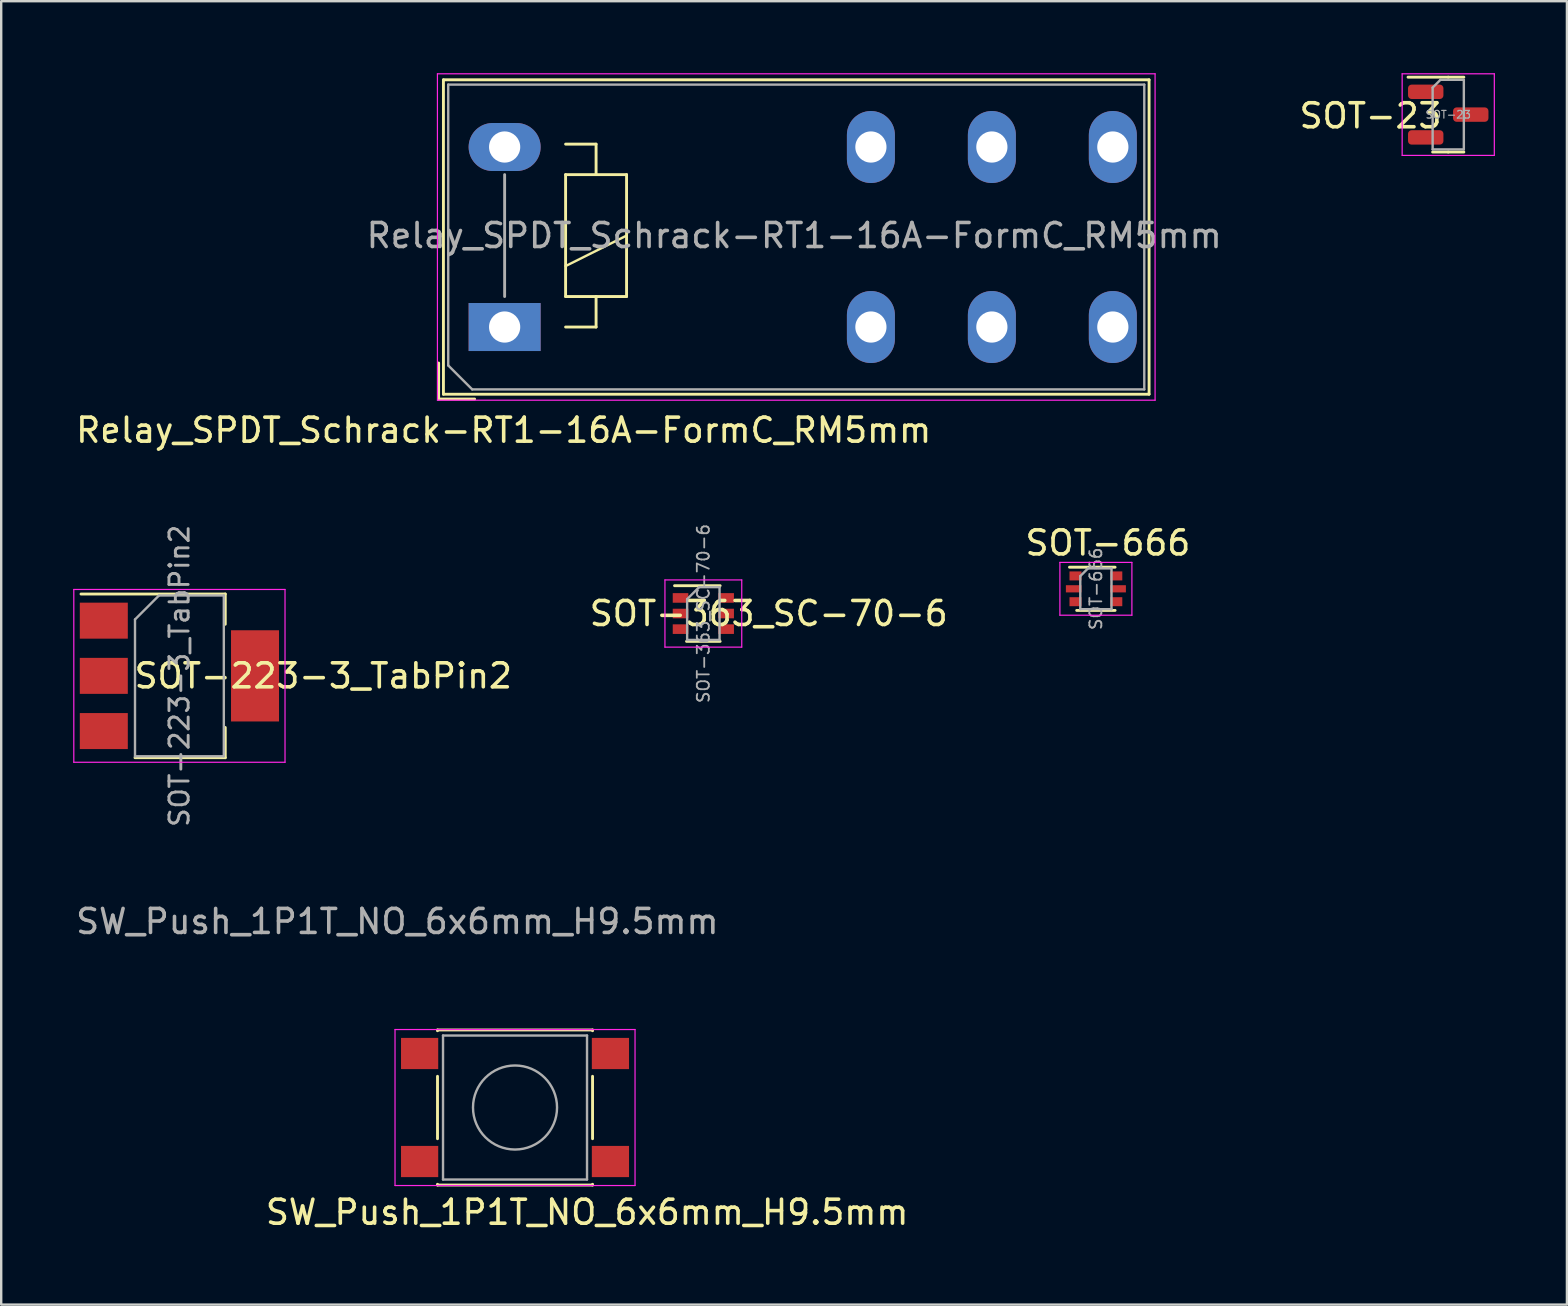
<source format=kicad_pcb>
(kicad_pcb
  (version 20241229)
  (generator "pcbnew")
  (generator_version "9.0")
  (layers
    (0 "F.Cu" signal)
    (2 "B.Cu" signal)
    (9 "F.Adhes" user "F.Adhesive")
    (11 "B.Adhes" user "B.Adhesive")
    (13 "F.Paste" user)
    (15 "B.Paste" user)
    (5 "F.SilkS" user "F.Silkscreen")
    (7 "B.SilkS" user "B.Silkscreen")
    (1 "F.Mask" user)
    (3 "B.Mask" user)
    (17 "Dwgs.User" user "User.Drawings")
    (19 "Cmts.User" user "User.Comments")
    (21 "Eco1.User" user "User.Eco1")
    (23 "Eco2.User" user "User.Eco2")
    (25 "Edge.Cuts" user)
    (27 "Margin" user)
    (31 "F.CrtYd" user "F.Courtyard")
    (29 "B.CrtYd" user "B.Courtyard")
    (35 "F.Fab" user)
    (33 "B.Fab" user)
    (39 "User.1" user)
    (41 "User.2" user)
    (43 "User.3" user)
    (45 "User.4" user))
  (footprint "Relay_SPDT_Schrack-RT1-16A-FormC_RM5mm"
    (layer "F.Cu")
    (at 17.975 10.575)
    (property "Reference" "Relay_SPDT_Schrack-RT1-16A-FormC_RM5mm" (at -0.04 4.3 180) (layer "F.SilkS") (effects (font (size 1 1) (thickness 0.15))))
    (attr through_hole)
    (fp_line (start -2.75 1.5) (end -2.75 3) (stroke (width 0.12) (type solid)) (layer "F.SilkS"))
    (fp_line (start -2.75 3) (end -1.25 3) (stroke (width 0.12) (type solid)) (layer "F.SilkS"))
    (fp_line (start -2.55 -10.3) (end -2.55 2.8) (stroke (width 0.12) (type solid)) (layer "F.SilkS"))
    (fp_line (start -2.55 2.8) (end 26.85 2.8) (stroke (width 0.12) (type solid)) (layer "F.SilkS"))
    (fp_line (start 2.54 -6.35) (end 2.54 -1.27) (stroke (width 0.12) (type solid)) (layer "F.SilkS"))
    (fp_line (start 2.54 -2.54) (end 5.08 -3.81) (stroke (width 0.1) (type solid)) (layer "F.SilkS"))
    (fp_line (start 2.54 -1.27) (end 3.81 -1.27) (stroke (width 0.12) (type solid)) (layer "F.SilkS"))
    (fp_line (start 2.54 0) (end 3.81 0) (stroke (width 0.12) (type solid)) (layer "F.SilkS"))
    (fp_line (start 3.81 -7.62) (end 2.54 -7.62) (stroke (width 0.12) (type solid)) (layer "F.SilkS"))
    (fp_line (start 3.81 -6.35) (end 3.81 -7.62) (stroke (width 0.12) (type solid)) (layer "F.SilkS"))
    (fp_line (start 3.81 -1.27) (end 5.08 -1.27) (stroke (width 0.12) (type solid)) (layer "F.SilkS"))
    (fp_line (start 3.81 0) (end 3.81 -1.27) (stroke (width 0.12) (type solid)) (layer "F.SilkS"))
    (fp_line (start 5.08 -6.35) (end 2.54 -6.35) (stroke (width 0.12) (type solid)) (layer "F.SilkS"))
    (fp_line (start 5.08 -1.27) (end 5.08 -6.35) (stroke (width 0.12) (type solid)) (layer "F.SilkS"))
    (fp_line (start 26.85 -10.3) (end -2.55 -10.3) (stroke (width 0.12) (type solid)) (layer "F.SilkS"))
    (fp_line (start 26.85 2.8) (end 26.85 -10.3) (stroke (width 0.12) (type solid)) (layer "F.SilkS"))
    (fp_line (start -2.8 -10.55) (end -2.8 3.05) (stroke (width 0.05) (type solid)) (layer "F.CrtYd"))
    (fp_line (start -2.8 3.05) (end 27.1 3.05) (stroke (width 0.05) (type solid)) (layer "F.CrtYd"))
    (fp_line (start 27.1 -10.55) (end -2.8 -10.55) (stroke (width 0.05) (type solid)) (layer "F.CrtYd"))
    (fp_line (start 27.1 3.05) (end 27.1 -10.55) (stroke (width 0.05) (type solid)) (layer "F.CrtYd"))
    (fp_line (start -2.35 -10.1) (end -2.35 1.6) (stroke (width 0.1) (type solid)) (layer "F.Fab"))
    (fp_line (start -2.35 1.6) (end -1.35 2.6) (stroke (width 0.1) (type solid)) (layer "F.Fab"))
    (fp_line (start -1.35 2.6) (end 26.65 2.6) (stroke (width 0.1) (type solid)) (layer "F.Fab"))
    (fp_line (start 0 -1.27) (end 0 -6.35) (stroke (width 0.12) (type solid)) (layer "F.Fab"))
    (fp_line (start 26.65 -10.1) (end -2.35 -10.1) (stroke (width 0.1) (type solid)) (layer "F.Fab"))
    (fp_line (start 26.65 2.6) (end 26.65 -10.1) (stroke (width 0.1) (type solid)) (layer "F.Fab"))
    (fp_text user "${REFERENCE}" (at 12.065 -3.81 180) (layer "F.Fab") (effects (font (size 1 1) (thickness 0.15))))
    (pad "11" thru_hole oval (at 20.3 -7.5 180) (size 2 3) (drill 1.3) (layers "*.Cu" "*.Mask"))
    (pad "11" thru_hole oval (at 20.3 0 180) (size 2 3) (drill 1.3) (layers "*.Cu" "*.Mask"))
    (pad "12" thru_hole oval (at 15.26 -7.5 180) (size 2 3) (drill 1.3) (layers "*.Cu" "*.Mask"))
    (pad "12" thru_hole oval (at 15.26 0 180) (size 2 3) (drill 1.3) (layers "*.Cu" "*.Mask"))
    (pad "14" thru_hole oval (at 25.34 -7.5 180) (size 2 3) (drill 1.3) (layers "*.Cu" "*.Mask"))
    (pad "14" thru_hole oval (at 25.34 0 180) (size 2 3) (drill 1.3) (layers "*.Cu" "*.Mask"))
    (pad "A1" thru_hole rect (at 0 0 180) (size 3 2) (drill 1.3) (layers "*.Cu" "*.Mask"))
    (pad "A2" thru_hole oval (at 0 -7.5 180) (size 3 2) (drill 1.3) (layers "*.Cu" "*.Mask")))
  (footprint "SW_Push_1P1T_NO_6x6mm_H9.5mm"
    (layer "F.Cu")
    (at 18.408 43.093)
    (property "Reference" "SW_Push_1P1T_NO_6x6mm_H9.5mm" (at 3.006 4.364 180) (layer "F.SilkS") (effects (font (size 1 1) (thickness 0.15))))
    (attr smd)
    (fp_line (start -3.23 -3.23) (end 3.23 -3.23) (stroke (width 0.12) (type solid)) (layer "F.SilkS"))
    (fp_line (start -3.23 -3.2) (end -3.23 -3.23) (stroke (width 0.12) (type solid)) (layer "F.SilkS"))
    (fp_line (start -3.23 -1.3) (end -3.23 1.3) (stroke (width 0.12) (type solid)) (layer "F.SilkS"))
    (fp_line (start -3.23 3.23) (end -3.23 3.2) (stroke (width 0.12) (type solid)) (layer "F.SilkS"))
    (fp_line (start -3.23 3.23) (end 3.23 3.23) (stroke (width 0.12) (type solid)) (layer "F.SilkS"))
    (fp_line (start 3.23 -3.23) (end 3.23 -3.2) (stroke (width 0.12) (type solid)) (layer "F.SilkS"))
    (fp_line (start 3.23 -1.3) (end 3.23 1.3) (stroke (width 0.12) (type solid)) (layer "F.SilkS"))
    (fp_line (start 3.23 3.23) (end 3.23 3.2) (stroke (width 0.12) (type solid)) (layer "F.SilkS"))
    (fp_line (start -5 -3.25) (end -5 3.25) (stroke (width 0.05) (type solid)) (layer "F.CrtYd"))
    (fp_line (start -5 -3.25) (end 5 -3.25) (stroke (width 0.05) (type solid)) (layer "F.CrtYd"))
    (fp_line (start -5 3.25) (end 5 3.25) (stroke (width 0.05) (type solid)) (layer "F.CrtYd"))
    (fp_line (start 5 3.25) (end 5 -3.25) (stroke (width 0.05) (type solid)) (layer "F.CrtYd"))
    (fp_line (start -3 -3) (end -3 3) (stroke (width 0.1) (type solid)) (layer "F.Fab"))
    (fp_line (start -3 3) (end 3 3) (stroke (width 0.1) (type solid)) (layer "F.Fab"))
    (fp_line (start 3 -3) (end -3 -3) (stroke (width 0.1) (type solid)) (layer "F.Fab"))
    (fp_line (start 3 3) (end 3 -3) (stroke (width 0.1) (type solid)) (layer "F.Fab"))
    (fp_circle (center 0 0) (end 1.75 -0.05) (stroke (width 0.1) (type solid)) (fill no) (layer "F.Fab"))
    (fp_text user "${REFERENCE}" (at -4.902 -7.75 180) (layer "F.Fab") (effects (font (size 1 1) (thickness 0.15))))
    (pad "1" smd rect (at -3.975 -2.25) (size 1.55 1.3) (layers "F.Cu" "F.Mask" "F.Paste"))
    (pad "1" smd rect (at 3.975 -2.25) (size 1.55 1.3) (layers "F.Cu" "F.Mask" "F.Paste"))
    (pad "2" smd rect (at -3.975 2.25) (size 1.55 1.3) (layers "F.Cu" "F.Mask" "F.Paste"))
    (pad "2" smd rect (at 3.975 2.25) (size 1.55 1.3) (layers "F.Cu" "F.Mask" "F.Paste")))
  (footprint "SOT-363_SC-70-6"
    (layer "F.Cu")
    (at 26.254 22.512)
    (property "Reference" "SOT-363_SC-70-6" (at 2.725 0 0) (layer "F.SilkS") (effects (font (size 1 1) (thickness 0.15))))
    (attr smd)
    (fp_line (start -0.7 1.16) (end 0.7 1.16) (stroke (width 0.12) (type solid)) (layer "F.SilkS"))
    (fp_line (start 0.7 -1.16) (end -1.2 -1.16) (stroke (width 0.12) (type solid)) (layer "F.SilkS"))
    (fp_line (start -1.6 -1.4) (end -1.6 1.4) (stroke (width 0.05) (type solid)) (layer "F.CrtYd"))
    (fp_line (start -1.6 -1.4) (end 1.6 -1.4) (stroke (width 0.05) (type solid)) (layer "F.CrtYd"))
    (fp_line (start -1.6 1.4) (end 1.6 1.4) (stroke (width 0.05) (type solid)) (layer "F.CrtYd"))
    (fp_line (start 1.6 1.4) (end 1.6 -1.4) (stroke (width 0.05) (type solid)) (layer "F.CrtYd"))
    (fp_line (start -0.675 -0.6) (end -0.675 1.1) (stroke (width 0.1) (type solid)) (layer "F.Fab"))
    (fp_line (start -0.175 -1.1) (end -0.675 -0.6) (stroke (width 0.1) (type solid)) (layer "F.Fab"))
    (fp_line (start 0.675 -1.1) (end -0.175 -1.1) (stroke (width 0.1) (type solid)) (layer "F.Fab"))
    (fp_line (start 0.675 -1.1) (end 0.675 1.1) (stroke (width 0.1) (type solid)) (layer "F.Fab"))
    (fp_line (start 0.675 1.1) (end -0.675 1.1) (stroke (width 0.1) (type solid)) (layer "F.Fab"))
    (fp_text user "${REFERENCE}" (at 0 0 90) (layer "F.Fab") (effects (font (size 0.5 0.5) (thickness 0.075))))
    (pad "1" smd rect (at -0.95 -0.65) (size 0.65 0.4) (layers "F.Cu" "F.Mask" "F.Paste"))
    (pad "2" smd rect (at -0.95 0) (size 0.65 0.4) (layers "F.Cu" "F.Mask" "F.Paste"))
    (pad "3" smd rect (at -0.95 0.65) (size 0.65 0.4) (layers "F.Cu" "F.Mask" "F.Paste"))
    (pad "4" smd rect (at 0.95 0.65) (size 0.65 0.4) (layers "F.Cu" "F.Mask" "F.Paste"))
    (pad "5" smd rect (at 0.95 0) (size 0.65 0.4) (layers "F.Cu" "F.Mask" "F.Paste"))
    (pad "6" smd rect (at 0.95 -0.65) (size 0.65 0.4) (layers "F.Cu" "F.Mask" "F.Paste")))
  (footprint "SOT-23"
    (layer "F.Cu")
    (at 57.289 1.725)
    (property "Reference" "SOT-23" (at -3.237 0.05 180) (layer "F.SilkS") (effects (font (size 1 1) (thickness 0.15))))
    (attr smd)
    (fp_line (start 0 -1.56) (end -1.675 -1.56) (stroke (width 0.12) (type solid)) (layer "F.SilkS"))
    (fp_line (start 0 -1.56) (end 0.65 -1.56) (stroke (width 0.12) (type solid)) (layer "F.SilkS"))
    (fp_line (start 0 1.56) (end -0.65 1.56) (stroke (width 0.12) (type solid)) (layer "F.SilkS"))
    (fp_line (start 0 1.56) (end 0.65 1.56) (stroke (width 0.12) (type solid)) (layer "F.SilkS"))
    (fp_line (start -1.92 -1.7) (end -1.92 1.7) (stroke (width 0.05) (type solid)) (layer "F.CrtYd"))
    (fp_line (start -1.92 1.7) (end 1.92 1.7) (stroke (width 0.05) (type solid)) (layer "F.CrtYd"))
    (fp_line (start 1.92 -1.7) (end -1.92 -1.7) (stroke (width 0.05) (type solid)) (layer "F.CrtYd"))
    (fp_line (start 1.92 1.7) (end 1.92 -1.7) (stroke (width 0.05) (type solid)) (layer "F.CrtYd"))
    (fp_line (start -0.65 -1.125) (end -0.325 -1.45) (stroke (width 0.1) (type solid)) (layer "F.Fab"))
    (fp_line (start -0.65 1.45) (end -0.65 -1.125) (stroke (width 0.1) (type solid)) (layer "F.Fab"))
    (fp_line (start -0.325 -1.45) (end 0.65 -1.45) (stroke (width 0.1) (type solid)) (layer "F.Fab"))
    (fp_line (start 0.65 -1.45) (end 0.65 1.45) (stroke (width 0.1) (type solid)) (layer "F.Fab"))
    (fp_line (start 0.65 1.45) (end -0.65 1.45) (stroke (width 0.1) (type solid)) (layer "F.Fab"))
    (fp_text user "${REFERENCE}" (at 0 0 180) (layer "F.Fab") (effects (font (size 0.32 0.32) (thickness 0.05))))
    (pad "1" smd roundrect (at -0.938 -0.95) (size 1.475 0.6) (layers "F.Cu" "F.Mask" "F.Paste") (roundrect_rratio 0.25))
    (pad "2" smd roundrect (at -0.938 0.95) (size 1.475 0.6) (layers "F.Cu" "F.Mask" "F.Paste") (roundrect_rratio 0.25))
    (pad "3" smd roundrect (at 0.938 0) (size 1.475 0.6) (layers "F.Cu" "F.Mask" "F.Paste") (roundrect_rratio 0.25)))
  (footprint "SOT-666"
    (layer "F.Cu")
    (at 42.609 21.482)
    (property "Reference" "SOT-666" (at 0.5 -1.91 0) (layer "F.SilkS") (effects (font (size 1 1) (thickness 0.15))))
    (attr smd)
    (fp_line (start -0.8 0.9) (end 0.8 0.9) (stroke (width 0.12) (type solid)) (layer "F.SilkS"))
    (fp_line (start 0.8 -0.9) (end -1.1 -0.9) (stroke (width 0.12) (type solid)) (layer "F.SilkS"))
    (fp_line (start -1.5 -1.1) (end -1.5 1.1) (stroke (width 0.05) (type solid)) (layer "F.CrtYd"))
    (fp_line (start -1.5 -1.1) (end 1.5 -1.1) (stroke (width 0.05) (type solid)) (layer "F.CrtYd"))
    (fp_line (start -1.5 1.1) (end 1.5 1.1) (stroke (width 0.05) (type solid)) (layer "F.CrtYd"))
    (fp_line (start 1.5 1.1) (end 1.5 -1.1) (stroke (width 0.05) (type solid)) (layer "F.CrtYd"))
    (fp_line (start -0.65 -0.53) (end -0.65 0.85) (stroke (width 0.1) (type solid)) (layer "F.Fab"))
    (fp_line (start -0.65 -0.53) (end -0.33 -0.85) (stroke (width 0.1) (type solid)) (layer "F.Fab"))
    (fp_line (start 0.65 -0.85) (end -0.33 -0.85) (stroke (width 0.1) (type solid)) (layer "F.Fab"))
    (fp_line (start 0.65 -0.85) (end 0.65 0.85) (stroke (width 0.1) (type solid)) (layer "F.Fab"))
    (fp_line (start 0.65 0.85) (end -0.65 0.85) (stroke (width 0.1) (type solid)) (layer "F.Fab"))
    (fp_text user "${REFERENCE}" (at 0 0 90) (layer "F.Fab") (effects (font (size 0.5 0.5) (thickness 0.075))))
    (pad "1" smd rect (at -0.85 -0.537) (size 0.5 0.375) (layers "F.Cu" "F.Mask" "F.Paste"))
    (pad "2" smd rect (at -0.925 0) (size 0.65 0.3) (layers "F.Cu" "F.Mask" "F.Paste"))
    (pad "3" smd rect (at -0.85 0.537) (size 0.5 0.375) (layers "F.Cu" "F.Mask" "F.Paste"))
    (pad "4" smd rect (at 0.85 0.537) (size 0.5 0.375) (layers "F.Cu" "F.Mask" "F.Paste"))
    (pad "5" smd rect (at 0.925 0) (size 0.65 0.3) (layers "F.Cu" "F.Mask" "F.Paste"))
    (pad "6" smd rect (at 0.85 -0.537) (size 0.5 0.375) (layers "F.Cu" "F.Mask" "F.Paste")))
  (footprint "SOT-223-3_TabPin2"
    (layer "F.Cu")
    (at 4.425 25.109)
    (property "Reference" "SOT-223-3_TabPin2" (at 5.994 0 0) (layer "F.SilkS") (effects (font (size 1 1) (thickness 0.15))))
    (attr smd)
    (fp_line (start -4.1 -3.41) (end 1.91 -3.41) (stroke (width 0.12) (type solid)) (layer "F.SilkS"))
    (fp_line (start -1.85 3.41) (end 1.91 3.41) (stroke (width 0.12) (type solid)) (layer "F.SilkS"))
    (fp_line (start 1.91 -3.41) (end 1.91 -2.15) (stroke (width 0.12) (type solid)) (layer "F.SilkS"))
    (fp_line (start 1.91 3.41) (end 1.91 2.15) (stroke (width 0.12) (type solid)) (layer "F.SilkS"))
    (fp_line (start -4.4 -3.6) (end -4.4 3.6) (stroke (width 0.05) (type solid)) (layer "F.CrtYd"))
    (fp_line (start -4.4 3.6) (end 4.4 3.6) (stroke (width 0.05) (type solid)) (layer "F.CrtYd"))
    (fp_line (start 4.4 -3.6) (end -4.4 -3.6) (stroke (width 0.05) (type solid)) (layer "F.CrtYd"))
    (fp_line (start 4.4 3.6) (end 4.4 -3.6) (stroke (width 0.05) (type solid)) (layer "F.CrtYd"))
    (fp_line (start -1.85 -2.35) (end -1.85 3.35) (stroke (width 0.1) (type solid)) (layer "F.Fab"))
    (fp_line (start -1.85 -2.35) (end -0.85 -3.35) (stroke (width 0.1) (type solid)) (layer "F.Fab"))
    (fp_line (start -1.85 3.35) (end 1.85 3.35) (stroke (width 0.1) (type solid)) (layer "F.Fab"))
    (fp_line (start -0.85 -3.35) (end 1.85 -3.35) (stroke (width 0.1) (type solid)) (layer "F.Fab"))
    (fp_line (start 1.85 -3.35) (end 1.85 3.35) (stroke (width 0.1) (type solid)) (layer "F.Fab"))
    (fp_text user "${REFERENCE}" (at 0 0 90) (layer "F.Fab") (effects (font (size 0.8 0.8) (thickness 0.12))))
    (pad "1" smd rect (at -3.15 -2.3) (size 2 1.5) (layers "F.Cu" "F.Mask" "F.Paste"))
    (pad "2" smd rect (at -3.15 0) (size 2 1.5) (layers "F.Cu" "F.Mask" "F.Paste"))
    (pad "2" smd rect (at 3.15 0) (size 2 3.8) (layers "F.Cu" "F.Mask" "F.Paste"))
    (pad "3" smd rect (at -3.15 2.3) (size 2 1.5) (layers "F.Cu" "F.Mask" "F.Paste")))
  (gr_rect
    (start -3 -3)
    (end 62.234 51.305)
    (stroke (width 0.1) (type default))
    (fill no)
    (layer "Edge.Cuts")))
</source>
